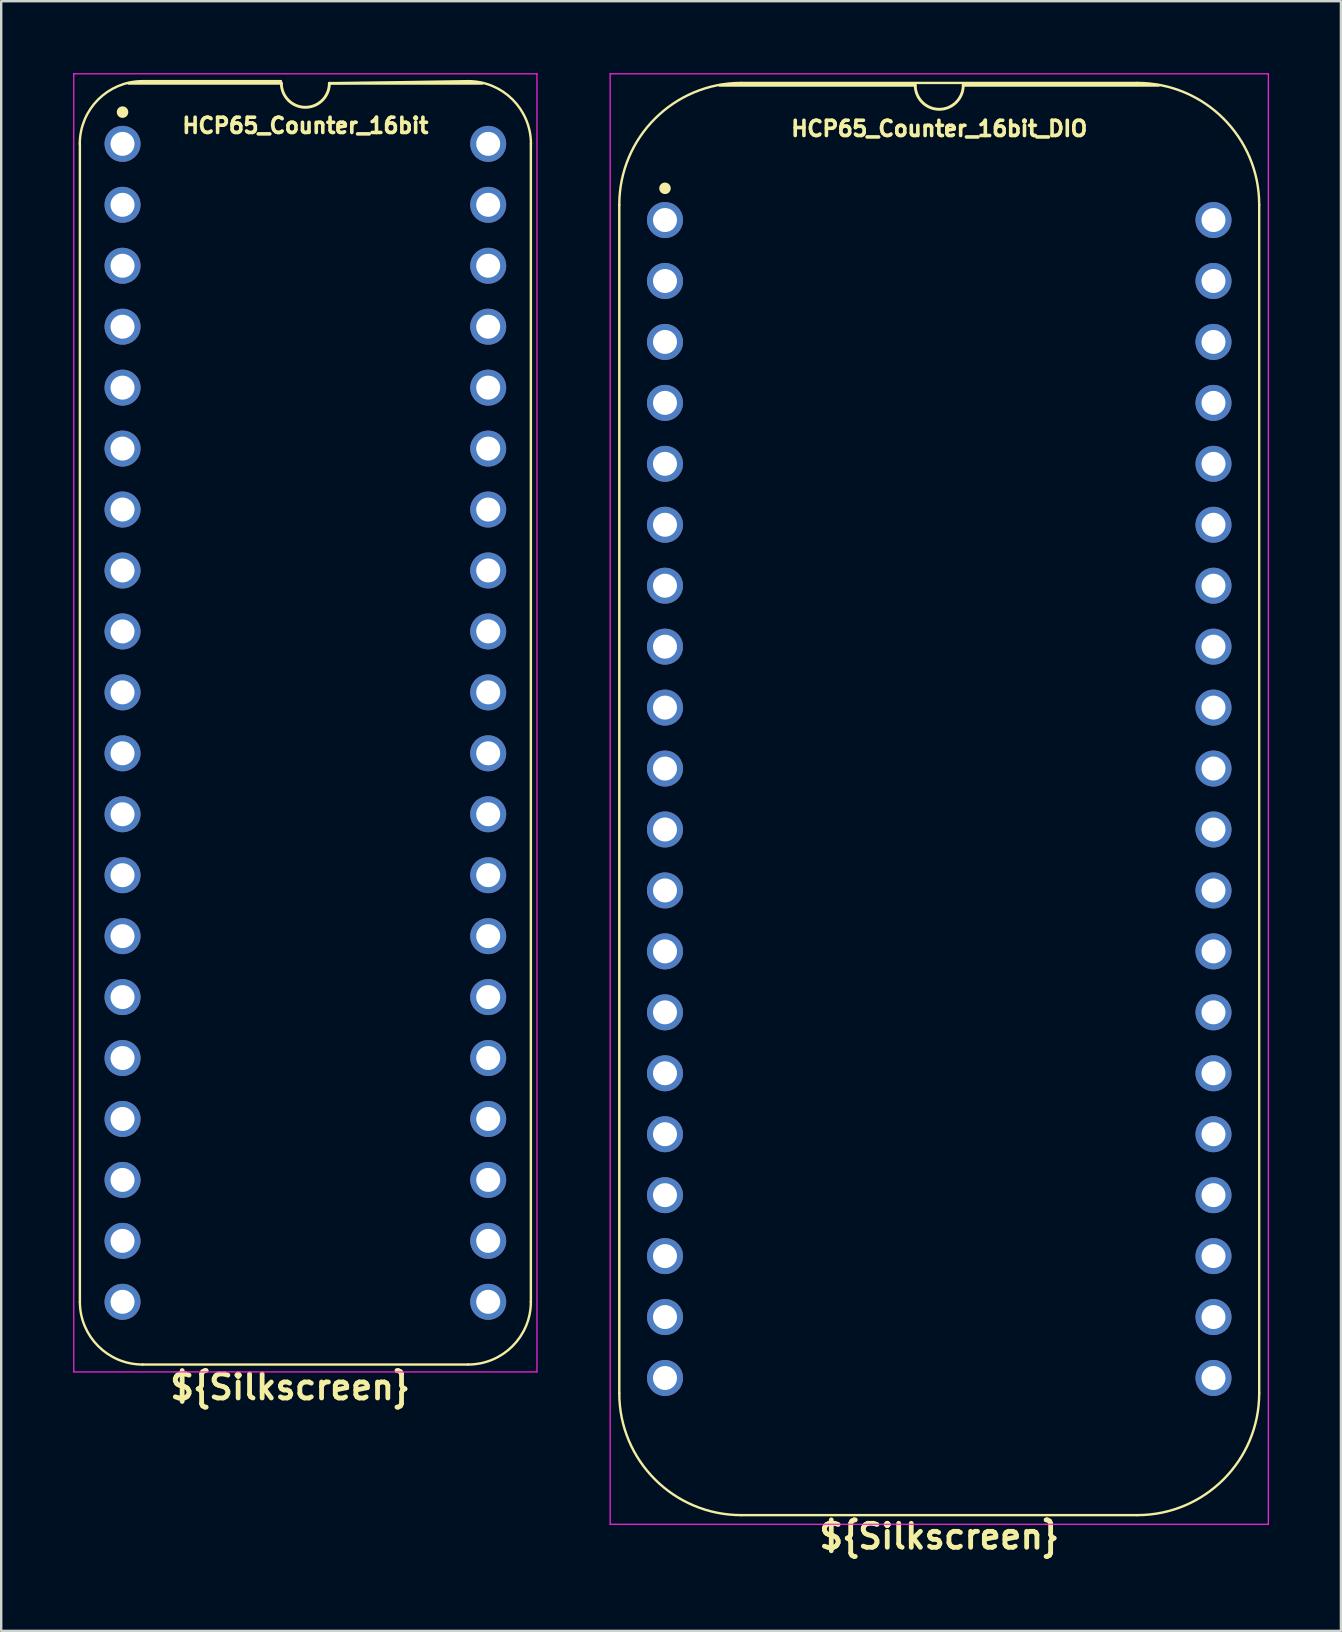
<source format=kicad_pcb>
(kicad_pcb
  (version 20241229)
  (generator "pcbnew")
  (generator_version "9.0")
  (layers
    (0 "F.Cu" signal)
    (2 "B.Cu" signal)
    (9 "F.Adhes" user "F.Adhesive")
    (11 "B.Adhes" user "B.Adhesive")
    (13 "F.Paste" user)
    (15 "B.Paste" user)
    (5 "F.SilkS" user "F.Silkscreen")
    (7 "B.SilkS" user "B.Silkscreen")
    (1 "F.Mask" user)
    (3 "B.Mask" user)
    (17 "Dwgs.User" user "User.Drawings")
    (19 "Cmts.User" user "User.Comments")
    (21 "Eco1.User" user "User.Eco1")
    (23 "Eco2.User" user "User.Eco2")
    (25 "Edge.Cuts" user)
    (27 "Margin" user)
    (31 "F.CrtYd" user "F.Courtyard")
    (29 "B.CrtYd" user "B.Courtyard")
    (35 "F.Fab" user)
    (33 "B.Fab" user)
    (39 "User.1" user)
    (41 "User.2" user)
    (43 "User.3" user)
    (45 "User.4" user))
  (footprint "HCP65_Counter_16bit_DIO"
    (layer "F.Cu")
    (at 24.665 6.121)
    (property "Reference" "HCP65_Counter_16bit_DIO" (at 11.43 -3.81 0) (layer "F.SilkS") (effects (font (size 0.635 0.635) (thickness 0.15))))
    (property "Silkscreen" "${Silkscreen}" (at 11.43 54.864 0) (layer "F.SilkS") (effects (font (size 1 1) (thickness 0.2))))
    (attr through_hole)
    (fp_line (start -1.905 -0.635) (end -1.905 48.895) (stroke (width 0.1) (type solid)) (layer "F.SilkS"))
    (fp_line (start 10.43 -5.616) (end 2.286 -5.616) (stroke (width 0.12) (type solid)) (layer "F.SilkS"))
    (fp_line (start 19.685 -5.715) (end 3.175 -5.715) (stroke (width 0.1) (type solid)) (layer "F.SilkS"))
    (fp_line (start 19.685 53.975) (end 3.175 53.975) (stroke (width 0.1) (type solid)) (layer "F.SilkS"))
    (fp_line (start 20.574 -5.616) (end 12.43 -5.616) (stroke (width 0.12) (type solid)) (layer "F.SilkS"))
    (fp_line (start 24.765 48.895) (end 24.765 -0.635) (stroke (width 0.1) (type solid)) (layer "F.SilkS"))
    (fp_arc (start -1.905 -0.635) (mid -0.417102 -4.227102) (end 3.175 -5.715) (stroke (width 0.1) (type solid)) (layer "F.SilkS"))
    (fp_arc (start 3.175 53.975) (mid -0.417102 52.487102) (end -1.905 48.895) (stroke (width 0.1) (type solid)) (layer "F.SilkS"))
    (fp_arc (start 12.43 -5.616) (mid 11.43 -4.616) (end 10.43 -5.616) (stroke (width 0.12) (type solid)) (layer "F.SilkS"))
    (fp_arc (start 19.685 -5.715) (mid 23.277102 -4.227102) (end 24.765 -0.635) (stroke (width 0.1) (type solid)) (layer "F.SilkS"))
    (fp_arc (start 24.765 48.895) (mid 23.277102 52.487102) (end 19.685 53.975) (stroke (width 0.1) (type solid)) (layer "F.SilkS"))
    (fp_circle (center 0 -1.323) (end 0.18 -1.323) (stroke (width 0.12) (type solid)) (fill yes) (layer "F.SilkS"))
    (fp_line (start -2.286 -6.096) (end -2.286 54.356) (stroke (width 0.05) (type solid)) (layer "F.CrtYd"))
    (fp_line (start -2.286 -6.096) (end 25.146 -6.096) (stroke (width 0.05) (type solid)) (layer "F.CrtYd"))
    (fp_line (start -2.286 54.356) (end 25.146 54.356) (stroke (width 0.05) (type solid)) (layer "F.CrtYd"))
    (fp_line (start 25.146 54.356) (end 25.146 -6.096) (stroke (width 0.05) (type solid)) (layer "F.CrtYd"))
    (pad "1" thru_hole circle (at 0 0) (size 1.5 1.5) (drill 1) (layers "*.Cu" "*.Mask"))
    (pad "2" thru_hole circle (at 0 2.54) (size 1.5 1.5) (drill 1) (layers "*.Cu" "*.Mask"))
    (pad "3" thru_hole circle (at 0 5.08) (size 1.5 1.5) (drill 1) (layers "*.Cu" "*.Mask"))
    (pad "4" thru_hole circle (at 0 7.62) (size 1.5 1.5) (drill 1) (layers "*.Cu" "*.Mask"))
    (pad "5" thru_hole circle (at 0 10.16) (size 1.5 1.5) (drill 1) (layers "*.Cu" "*.Mask"))
    (pad "6" thru_hole circle (at 0 12.7) (size 1.5 1.5) (drill 1) (layers "*.Cu" "*.Mask"))
    (pad "7" thru_hole circle (at 0 15.24) (size 1.5 1.5) (drill 1) (layers "*.Cu" "*.Mask"))
    (pad "8" thru_hole circle (at 0 17.78) (size 1.5 1.5) (drill 1) (layers "*.Cu" "*.Mask"))
    (pad "9" thru_hole circle (at 0 20.32) (size 1.5 1.5) (drill 1) (layers "*.Cu" "*.Mask"))
    (pad "10" thru_hole circle (at 0 22.86) (size 1.5 1.5) (drill 1) (layers "*.Cu" "*.Mask"))
    (pad "11" thru_hole circle (at 0 25.4) (size 1.5 1.5) (drill 1) (layers "*.Cu" "*.Mask"))
    (pad "12" thru_hole circle (at 0 27.94) (size 1.5 1.5) (drill 1) (layers "*.Cu" "*.Mask"))
    (pad "13" thru_hole circle (at 0 30.48) (size 1.5 1.5) (drill 1) (layers "*.Cu" "*.Mask"))
    (pad "14" thru_hole circle (at 0 33.02) (size 1.5 1.5) (drill 1) (layers "*.Cu" "*.Mask"))
    (pad "15" thru_hole circle (at 0 35.56) (size 1.5 1.5) (drill 1) (layers "*.Cu" "*.Mask"))
    (pad "16" thru_hole circle (at 0 38.1) (size 1.5 1.5) (drill 1) (layers "*.Cu" "*.Mask"))
    (pad "17" thru_hole circle (at 0 40.64) (size 1.5 1.5) (drill 1) (layers "*.Cu" "*.Mask"))
    (pad "18" thru_hole circle (at 0 43.18) (size 1.5 1.5) (drill 1) (layers "*.Cu" "*.Mask"))
    (pad "19" thru_hole circle (at 0 45.72) (size 1.5 1.5) (drill 1) (layers "*.Cu" "*.Mask"))
    (pad "20" thru_hole circle (at 0 48.26) (size 1.5 1.5) (drill 1) (layers "*.Cu" "*.Mask"))
    (pad "21" thru_hole circle (at 22.86 48.26) (size 1.5 1.5) (drill 1) (layers "*.Cu" "*.Mask"))
    (pad "22" thru_hole circle (at 22.86 45.72) (size 1.5 1.5) (drill 1) (layers "*.Cu" "*.Mask"))
    (pad "23" thru_hole circle (at 22.86 43.18) (size 1.5 1.5) (drill 1) (layers "*.Cu" "*.Mask"))
    (pad "24" thru_hole circle (at 22.86 40.64) (size 1.5 1.5) (drill 1) (layers "*.Cu" "*.Mask"))
    (pad "25" thru_hole circle (at 22.86 38.1) (size 1.5 1.5) (drill 1) (layers "*.Cu" "*.Mask"))
    (pad "26" thru_hole circle (at 22.86 35.56) (size 1.5 1.5) (drill 1) (layers "*.Cu" "*.Mask"))
    (pad "27" thru_hole circle (at 22.86 33.02) (size 1.5 1.5) (drill 1) (layers "*.Cu" "*.Mask"))
    (pad "28" thru_hole circle (at 22.86 30.48) (size 1.5 1.5) (drill 1) (layers "*.Cu" "*.Mask"))
    (pad "29" thru_hole circle (at 22.86 27.94) (size 1.5 1.5) (drill 1) (layers "*.Cu" "*.Mask"))
    (pad "30" thru_hole circle (at 22.86 25.4) (size 1.5 1.5) (drill 1) (layers "*.Cu" "*.Mask"))
    (pad "31" thru_hole circle (at 22.86 22.86) (size 1.5 1.5) (drill 1) (layers "*.Cu" "*.Mask"))
    (pad "32" thru_hole circle (at 22.86 20.32) (size 1.5 1.5) (drill 1) (layers "*.Cu" "*.Mask"))
    (pad "33" thru_hole circle (at 22.86 17.78) (size 1.5 1.5) (drill 1) (layers "*.Cu" "*.Mask"))
    (pad "34" thru_hole circle (at 22.86 15.24) (size 1.5 1.5) (drill 1) (layers "*.Cu" "*.Mask"))
    (pad "35" thru_hole circle (at 22.86 12.7) (size 1.5 1.5) (drill 1) (layers "*.Cu" "*.Mask"))
    (pad "36" thru_hole circle (at 22.86 10.16) (size 1.5 1.5) (drill 1) (layers "*.Cu" "*.Mask"))
    (pad "37" thru_hole circle (at 22.86 7.62) (size 1.5 1.5) (drill 1) (layers "*.Cu" "*.Mask"))
    (pad "38" thru_hole circle (at 22.86 5.08) (size 1.5 1.5) (drill 1) (layers "*.Cu" "*.Mask"))
    (pad "39" thru_hole circle (at 22.86 2.54) (size 1.5 1.5) (drill 1) (layers "*.Cu" "*.Mask"))
    (pad "40" thru_hole circle (at 22.86 0) (size 1.5 1.5) (drill 1) (layers "*.Cu" "*.Mask")))
  (footprint "HCP65_Counter_16bit"
    (layer "F.Cu")
    (at 2.057 2.946)
    (property "Reference" "HCP65_Counter_16bit" (at 7.62 -0.762 0) (layer "F.SilkS") (effects (font (size 0.635 0.635) (thickness 0.15))))
    (property "Silkscreen" "${Silkscreen}" (at 6.985 51.816 0) (layer "F.SilkS") (effects (font (size 1 1) (thickness 0.2))))
    (attr through_hole)
    (fp_line (start -1.778 48.26) (end -1.778 0) (stroke (width 0.1) (type solid)) (layer "F.SilkS"))
    (fp_line (start 0.832 -2.614) (end 6.604 -2.614) (stroke (width 0.1) (type solid)) (layer "F.SilkS"))
    (fp_line (start 6.62 -2.524) (end 0.254 -2.524) (stroke (width 0.12) (type solid)) (layer "F.SilkS"))
    (fp_line (start 8.62 -2.524) (end 14.408 -2.614) (stroke (width 0.1) (type solid)) (layer "F.SilkS"))
    (fp_line (start 14.404 50.874) (end 0.836 50.874) (stroke (width 0.1) (type solid)) (layer "F.SilkS"))
    (fp_line (start 14.986 -2.524) (end 8.62 -2.524) (stroke (width 0.12) (type solid)) (layer "F.SilkS"))
    (fp_line (start 17.018 48.26) (end 17.018 0) (stroke (width 0.1) (type solid)) (layer "F.SilkS"))
    (fp_arc (start -1.781544 0) (mid -1.016 -1.848188) (end 0.832188 -2.613732) (stroke (width 0.1) (type solid)) (layer "F.SilkS"))
    (fp_arc (start 0.835733 50.873733) (mid -1.012456 50.108189) (end -1.778 48.26) (stroke (width 0.1) (type solid)) (layer "F.SilkS"))
    (fp_arc (start 8.62 -2.524) (mid 7.62 -1.524) (end 6.62 -2.524) (stroke (width 0.12) (type solid)) (layer "F.SilkS"))
    (fp_arc (start 14.407812 -2.613732) (mid 16.256 -1.848188) (end 17.021544 0) (stroke (width 0.1) (type solid)) (layer "F.SilkS"))
    (fp_arc (start 17.018001 48.260001) (mid 16.252456 50.108188) (end 14.404269 50.873733) (stroke (width 0.1) (type solid)) (layer "F.SilkS"))
    (fp_circle (center 0 -1.323) (end 0.18 -1.323) (stroke (width 0.12) (type solid)) (fill yes) (layer "F.SilkS"))
    (fp_line (start -2.032 -2.921) (end -2.032 51.181) (stroke (width 0.05) (type solid)) (layer "F.CrtYd"))
    (fp_line (start -2.032 -2.921) (end 17.272 -2.921) (stroke (width 0.05) (type solid)) (layer "F.CrtYd"))
    (fp_line (start -2.032 51.181) (end 17.272 51.181) (stroke (width 0.05) (type solid)) (layer "F.CrtYd"))
    (fp_line (start 17.272 -2.921) (end 17.272 51.181) (stroke (width 0.05) (type solid)) (layer "F.CrtYd"))
    (pad "1" thru_hole circle (at 0 0) (size 1.5 1.5) (drill 1) (layers "*.Cu" "*.Mask"))
    (pad "2" thru_hole circle (at 0 2.54) (size 1.5 1.5) (drill 1) (layers "*.Cu" "*.Mask"))
    (pad "3" thru_hole circle (at 0 5.08) (size 1.5 1.5) (drill 1) (layers "*.Cu" "*.Mask"))
    (pad "4" thru_hole circle (at 0 7.62) (size 1.5 1.5) (drill 1) (layers "*.Cu" "*.Mask"))
    (pad "5" thru_hole circle (at 0 10.16) (size 1.5 1.5) (drill 1) (layers "*.Cu" "*.Mask"))
    (pad "6" thru_hole circle (at 0 12.7) (size 1.5 1.5) (drill 1) (layers "*.Cu" "*.Mask"))
    (pad "7" thru_hole circle (at 0 15.24) (size 1.5 1.5) (drill 1) (layers "*.Cu" "*.Mask"))
    (pad "8" thru_hole circle (at 0 17.78) (size 1.5 1.5) (drill 1) (layers "*.Cu" "*.Mask"))
    (pad "9" thru_hole circle (at 0 20.32) (size 1.5 1.5) (drill 1) (layers "*.Cu" "*.Mask"))
    (pad "10" thru_hole circle (at 0 22.86) (size 1.5 1.5) (drill 1) (layers "*.Cu" "*.Mask"))
    (pad "11" thru_hole circle (at 0 25.4) (size 1.5 1.5) (drill 1) (layers "*.Cu" "*.Mask"))
    (pad "12" thru_hole circle (at 0 27.94) (size 1.5 1.5) (drill 1) (layers "*.Cu" "*.Mask"))
    (pad "13" thru_hole circle (at 0 30.48) (size 1.5 1.5) (drill 1) (layers "*.Cu" "*.Mask"))
    (pad "14" thru_hole circle (at 0 33.02) (size 1.5 1.5) (drill 1) (layers "*.Cu" "*.Mask"))
    (pad "15" thru_hole circle (at 0 35.56) (size 1.5 1.5) (drill 1) (layers "*.Cu" "*.Mask"))
    (pad "16" thru_hole circle (at 0 38.1) (size 1.5 1.5) (drill 1) (layers "*.Cu" "*.Mask"))
    (pad "17" thru_hole circle (at 0 40.64) (size 1.5 1.5) (drill 1) (layers "*.Cu" "*.Mask"))
    (pad "18" thru_hole circle (at 0 43.18) (size 1.5 1.5) (drill 1) (layers "*.Cu" "*.Mask"))
    (pad "19" thru_hole circle (at 0 45.72) (size 1.5 1.5) (drill 1) (layers "*.Cu" "*.Mask"))
    (pad "20" thru_hole circle (at 0 48.26) (size 1.5 1.5) (drill 1) (layers "*.Cu" "*.Mask"))
    (pad "21" thru_hole circle (at 15.24 48.26) (size 1.5 1.5) (drill 1) (layers "*.Cu" "*.Mask"))
    (pad "22" thru_hole circle (at 15.24 45.72) (size 1.5 1.5) (drill 1) (layers "*.Cu" "*.Mask"))
    (pad "23" thru_hole circle (at 15.24 43.18) (size 1.5 1.5) (drill 1) (layers "*.Cu" "*.Mask"))
    (pad "24" thru_hole circle (at 15.24 40.64) (size 1.5 1.5) (drill 1) (layers "*.Cu" "*.Mask"))
    (pad "25" thru_hole circle (at 15.24 38.1) (size 1.5 1.5) (drill 1) (layers "*.Cu" "*.Mask"))
    (pad "26" thru_hole circle (at 15.24 35.56) (size 1.5 1.5) (drill 1) (layers "*.Cu" "*.Mask"))
    (pad "27" thru_hole circle (at 15.24 33.02) (size 1.5 1.5) (drill 1) (layers "*.Cu" "*.Mask"))
    (pad "28" thru_hole circle (at 15.24 30.48) (size 1.5 1.5) (drill 1) (layers "*.Cu" "*.Mask"))
    (pad "29" thru_hole circle (at 15.24 27.94) (size 1.5 1.5) (drill 1) (layers "*.Cu" "*.Mask"))
    (pad "30" thru_hole circle (at 15.24 25.4) (size 1.5 1.5) (drill 1) (layers "*.Cu" "*.Mask"))
    (pad "31" thru_hole circle (at 15.24 22.86) (size 1.5 1.5) (drill 1) (layers "*.Cu" "*.Mask"))
    (pad "32" thru_hole circle (at 15.24 20.32) (size 1.5 1.5) (drill 1) (layers "*.Cu" "*.Mask"))
    (pad "33" thru_hole circle (at 15.24 17.78) (size 1.5 1.5) (drill 1) (layers "*.Cu" "*.Mask"))
    (pad "34" thru_hole circle (at 15.24 15.24) (size 1.5 1.5) (drill 1) (layers "*.Cu" "*.Mask"))
    (pad "35" thru_hole circle (at 15.24 12.7) (size 1.5 1.5) (drill 1) (layers "*.Cu" "*.Mask"))
    (pad "36" thru_hole circle (at 15.24 10.16) (size 1.5 1.5) (drill 1) (layers "*.Cu" "*.Mask"))
    (pad "37" thru_hole circle (at 15.24 7.62) (size 1.5 1.5) (drill 1) (layers "*.Cu" "*.Mask"))
    (pad "38" thru_hole circle (at 15.24 5.08) (size 1.5 1.5) (drill 1) (layers "*.Cu" "*.Mask"))
    (pad "39" thru_hole circle (at 15.24 2.54) (size 1.5 1.5) (drill 1) (layers "*.Cu" "*.Mask"))
    (pad "40" thru_hole circle (at 15.24 0) (size 1.5 1.5) (drill 1) (layers "*.Cu" "*.Mask")))
  (gr_rect
    (start -3 -3)
    (end 52.836 64.921)
    (stroke (width 0.1) (type default))
    (fill no)
    (layer "Edge.Cuts")))
</source>
